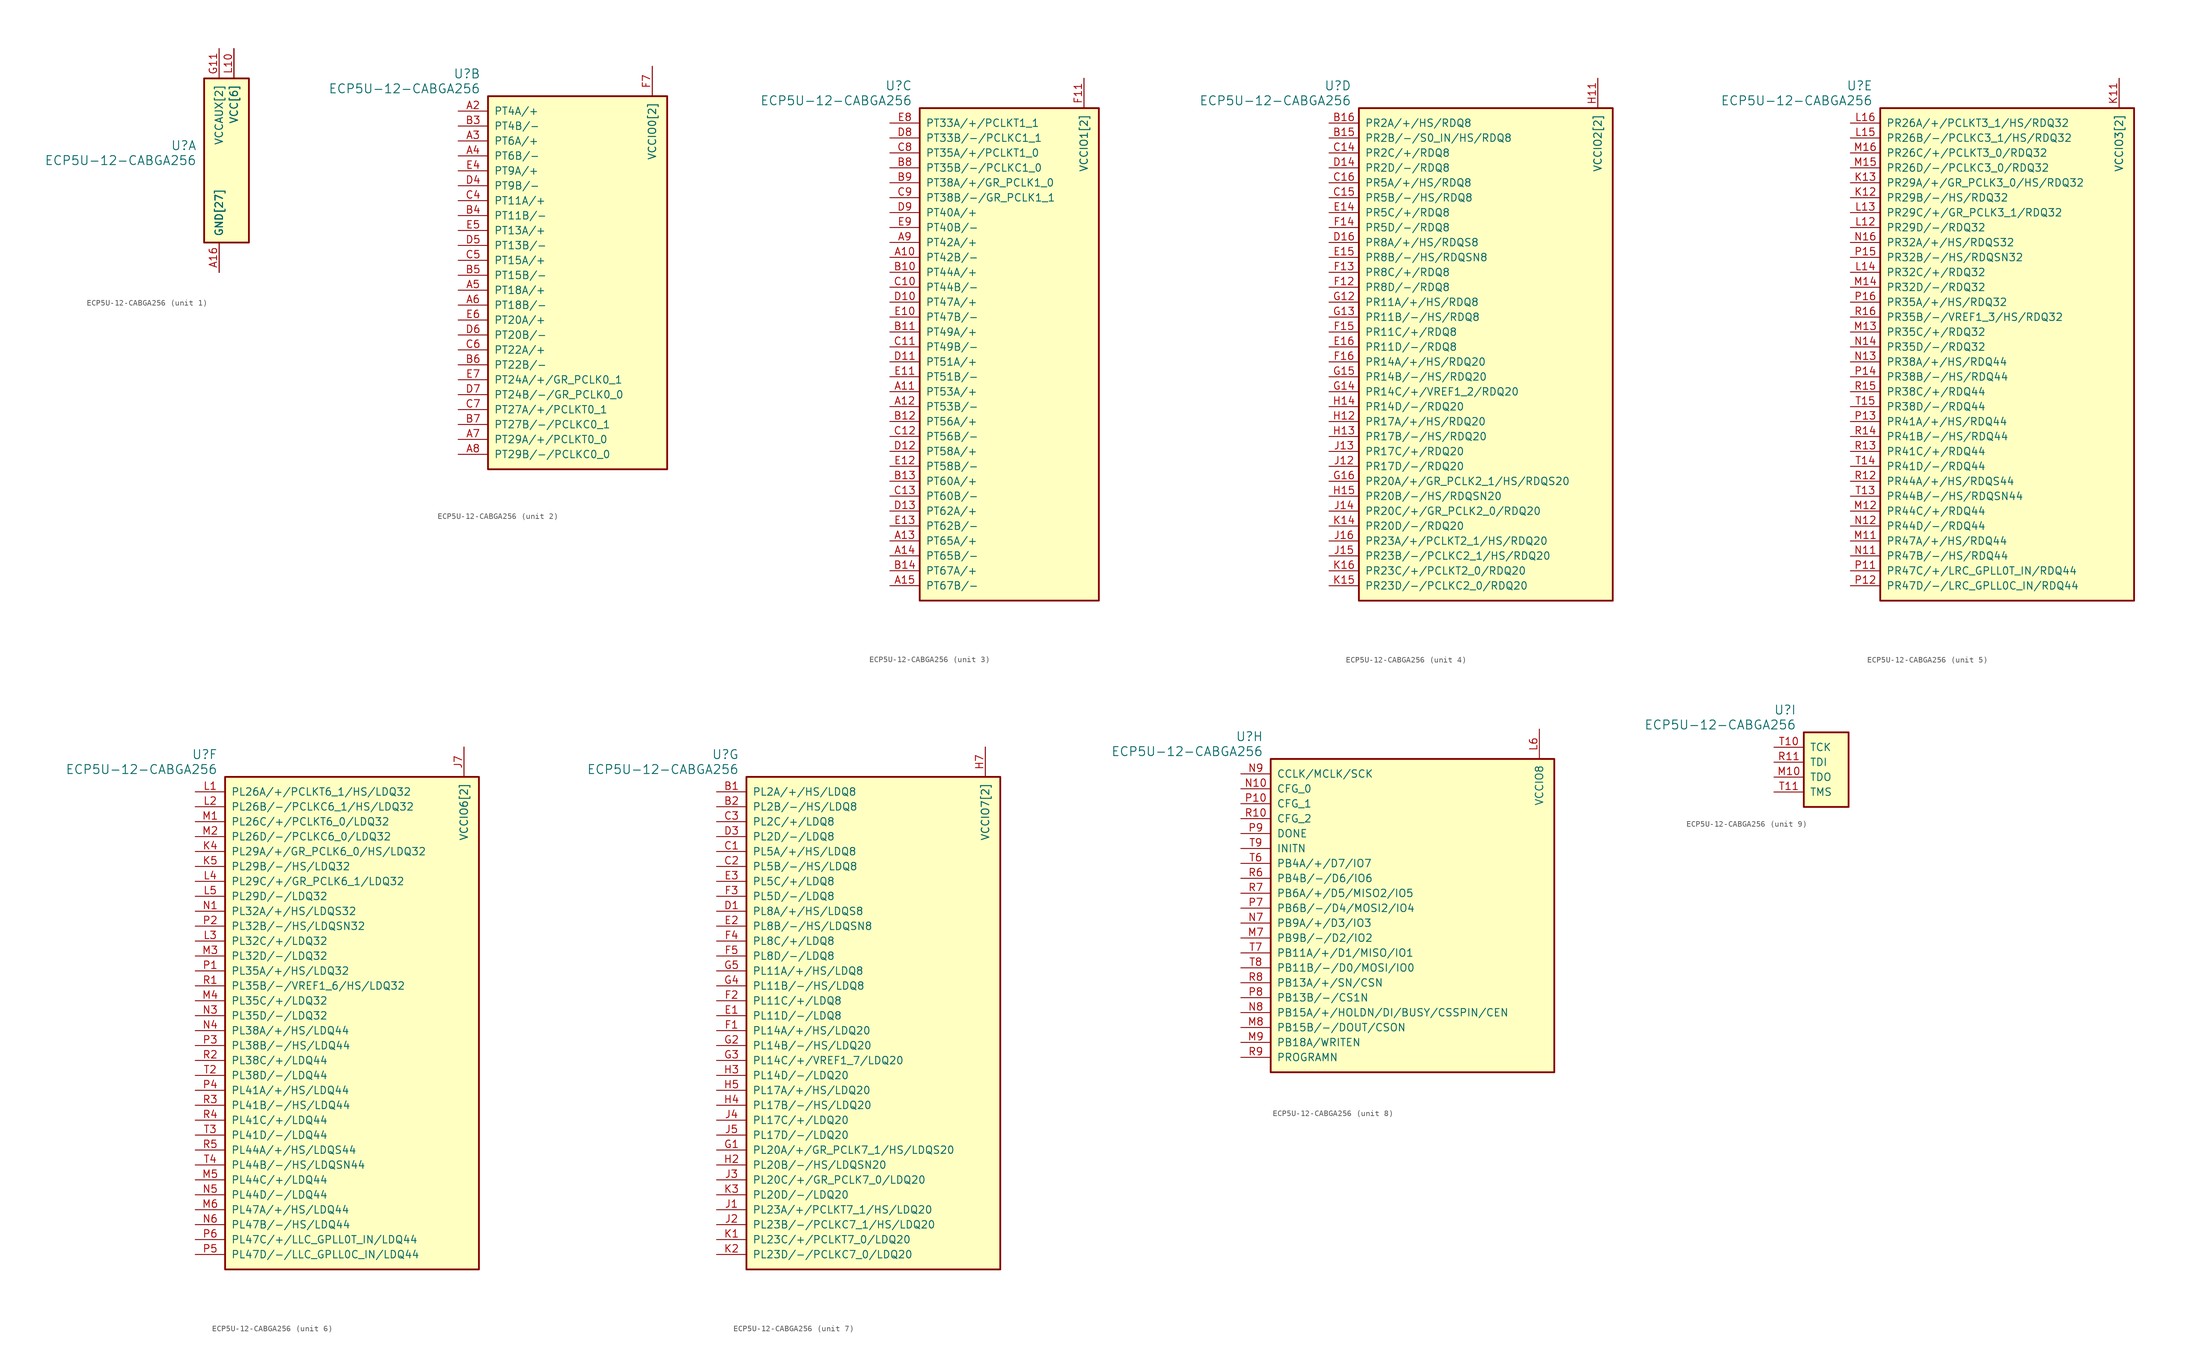
<source format=kicad_sym>
(kicad_symbol_lib
  (version 20201005)
  (generator kicad_symbol_editor)
  (symbol "gsd-kicad:ECP5U-12-CABGA256"
    (pin_names
      (offset 1.016))
    (property "Reference" "U"
      (at 3.81 6.35 0)
      (effects (font (size 1.524 1.524)) (justify right)))
    (property "Value" "ECP5U-12-CABGA256"
      (at 3.81 3.81 0)
      (effects (font (size 1.524 1.524)) (justify right)))
    (property "ki_locked" ""
      (at 0 0 0)
      (effects (font (size 1.27 1.27))))
    (symbol "ECP5U-12-CABGA256_1_1"
      (rectangle (start 5.08 17.78) (end 12.7 -10.16) (stroke (width 0.305)) (fill (type background)))
      (pin power_in line (at 7.62 -15.24 90) (length 5.08) (name "GND[27]" (effects (font (size 1.27 1.27)))) (number "A16" (effects (font (size 1.27 1.27)))))
      (pin power_in line (at 7.62 -15.24 90) (length 5.08) (name "GND[27]" (effects (font (size 1.27 1.27)))) (number "H16" (effects (font (size 0 0)))))
      (pin power_in line (at 7.62 -15.24 90) (length 5.08) (name "GND[27]" (effects (font (size 1.27 1.27)))) (number "T16" (effects (font (size 0 0)))))
      (pin power_in line (at 7.62 -15.24 90) (length 5.08) (name "GND[27]" (effects (font (size 1.27 1.27)))) (number "D15" (effects (font (size 0 0)))))
      (pin power_in line (at 7.62 -15.24 90) (length 5.08) (name "GND[27]" (effects (font (size 1.27 1.27)))) (number "N15" (effects (font (size 0 0)))))
      (pin power_in line (at 7.62 -15.24 90) (length 5.08) (name "GND[27]" (effects (font (size 1.27 1.27)))) (number "T12" (effects (font (size 0 0)))))
      (pin power_in line (at 7.62 -15.24 90) (length 5.08) (name "GND[27]" (effects (font (size 1.27 1.27)))) (number "G10" (effects (font (size 0 0)))))
      (pin power_in line (at 7.62 -15.24 90) (length 5.08) (name "GND[27]" (effects (font (size 1.27 1.27)))) (number "H10" (effects (font (size 0 0)))))
      (pin power_in line (at 7.62 -15.24 90) (length 5.08) (name "GND[27]" (effects (font (size 1.27 1.27)))) (number "J10" (effects (font (size 0 0)))))
      (pin power_in line (at 7.62 -15.24 90) (length 5.08) (name "GND[27]" (effects (font (size 1.27 1.27)))) (number "K10" (effects (font (size 0 0)))))
      (pin power_in line (at 7.62 -15.24 90) (length 5.08) (name "GND[27]" (effects (font (size 1.27 1.27)))) (number "F9" (effects (font (size 0 0)))))
      (pin power_in line (at 7.62 -15.24 90) (length 5.08) (name "GND[27]" (effects (font (size 1.27 1.27)))) (number "H9" (effects (font (size 0 0)))))
      (pin power_in line (at 7.62 -15.24 90) (length 5.08) (name "GND[27]" (effects (font (size 1.27 1.27)))) (number "J9" (effects (font (size 0 0)))))
      (pin power_in line (at 7.62 -15.24 90) (length 5.08) (name "GND[27]" (effects (font (size 1.27 1.27)))) (number "K9" (effects (font (size 0 0)))))
      (pin power_in line (at 7.62 -15.24 90) (length 5.08) (name "GND[27]" (effects (font (size 1.27 1.27)))) (number "F8" (effects (font (size 0 0)))))
      (pin power_in line (at 7.62 -15.24 90) (length 5.08) (name "GND[27]" (effects (font (size 1.27 1.27)))) (number "G8" (effects (font (size 0 0)))))
      (pin power_in line (at 7.62 -15.24 90) (length 5.08) (name "GND[27]" (effects (font (size 1.27 1.27)))) (number "H8" (effects (font (size 0 0)))))
      (pin power_in line (at 7.62 -15.24 90) (length 5.08) (name "GND[27]" (effects (font (size 1.27 1.27)))) (number "J8" (effects (font (size 0 0)))))
      (pin power_in line (at 7.62 -15.24 90) (length 5.08) (name "GND[27]" (effects (font (size 1.27 1.27)))) (number "K8" (effects (font (size 0 0)))))
      (pin power_in line (at 7.62 -15.24 90) (length 5.08) (name "GND[27]" (effects (font (size 1.27 1.27)))) (number "K7" (effects (font (size 0 0)))))
      (pin power_in line (at 7.62 -15.24 90) (length 5.08) (name "GND[27]" (effects (font (size 1.27 1.27)))) (number "K6" (effects (font (size 0 0)))))
      (pin power_in line (at 7.62 -15.24 90) (length 5.08) (name "GND[27]" (effects (font (size 1.27 1.27)))) (number "T5" (effects (font (size 0 0)))))
      (pin power_in line (at 7.62 -15.24 90) (length 5.08) (name "GND[27]" (effects (font (size 1.27 1.27)))) (number "D2" (effects (font (size 0 0)))))
      (pin power_in line (at 7.62 -15.24 90) (length 5.08) (name "GND[27]" (effects (font (size 1.27 1.27)))) (number "N2" (effects (font (size 0 0)))))
      (pin power_in line (at 7.62 -15.24 90) (length 5.08) (name "GND[27]" (effects (font (size 1.27 1.27)))) (number "A1" (effects (font (size 0 0)))))
      (pin power_in line (at 7.62 -15.24 90) (length 5.08) (name "GND[27]" (effects (font (size 1.27 1.27)))) (number "H1" (effects (font (size 0 0)))))
      (pin power_in line (at 7.62 -15.24 90) (length 5.08) (name "GND[27]" (effects (font (size 1.27 1.27)))) (number "T1" (effects (font (size 0 0)))))
      (pin power_in line (at 10.16 22.86 270) (length 5.08) (name "VCC[6]" (effects (font (size 1.27 1.27)))) (number "L10" (effects (font (size 1.27 1.27)))))
      (pin power_in line (at 10.16 22.86 270) (length 5.08) (name "VCC[6]" (effects (font (size 1.27 1.27)))) (number "G9" (effects (font (size 0 0)))))
      (pin power_in line (at 10.16 22.86 270) (length 5.08) (name "VCC[6]" (effects (font (size 1.27 1.27)))) (number "L9" (effects (font (size 0 0)))))
      (pin power_in line (at 10.16 22.86 270) (length 5.08) (name "VCC[6]" (effects (font (size 1.27 1.27)))) (number "L8" (effects (font (size 0 0)))))
      (pin power_in line (at 10.16 22.86 270) (length 5.08) (name "VCC[6]" (effects (font (size 1.27 1.27)))) (number "G7" (effects (font (size 0 0)))))
      (pin power_in line (at 10.16 22.86 270) (length 5.08) (name "VCC[6]" (effects (font (size 1.27 1.27)))) (number "G6" (effects (font (size 0 0)))))
      (pin power_in line (at 7.62 22.86 270) (length 5.08) (name "VCCAUX[2]" (effects (font (size 1.27 1.27)))) (number "G11" (effects (font (size 1.27 1.27)))))
      (pin power_in line (at 7.62 22.86 270) (length 5.08) (name "VCCAUX[2]" (effects (font (size 1.27 1.27)))) (number "L7" (effects (font (size 0 0))))))
    (symbol "ECP5U-12-CABGA256_2_1"
      (rectangle (start 5.08 2.54) (end 35.56 -60.96) (stroke (width 0.305)) (fill (type background)))
      (pin bidirectional line (at 0 0 0) (length 5.08) (name "PT4A/+" (effects (font (size 1.27 1.27)))) (number "A2" (effects (font (size 1.27 1.27)))))
      (pin bidirectional line (at 0 -2.54 0) (length 5.08) (name "PT4B/-" (effects (font (size 1.27 1.27)))) (number "B3" (effects (font (size 1.27 1.27)))))
      (pin bidirectional line (at 0 -5.08 0) (length 5.08) (name "PT6A/+" (effects (font (size 1.27 1.27)))) (number "A3" (effects (font (size 1.27 1.27)))))
      (pin bidirectional line (at 0 -7.62 0) (length 5.08) (name "PT6B/-" (effects (font (size 1.27 1.27)))) (number "A4" (effects (font (size 1.27 1.27)))))
      (pin bidirectional line (at 0 -10.16 0) (length 5.08) (name "PT9A/+" (effects (font (size 1.27 1.27)))) (number "E4" (effects (font (size 1.27 1.27)))))
      (pin bidirectional line (at 0 -12.7 0) (length 5.08) (name "PT9B/-" (effects (font (size 1.27 1.27)))) (number "D4" (effects (font (size 1.27 1.27)))))
      (pin bidirectional line (at 0 -15.24 0) (length 5.08) (name "PT11A/+" (effects (font (size 1.27 1.27)))) (number "C4" (effects (font (size 1.27 1.27)))))
      (pin bidirectional line (at 0 -17.78 0) (length 5.08) (name "PT11B/-" (effects (font (size 1.27 1.27)))) (number "B4" (effects (font (size 1.27 1.27)))))
      (pin bidirectional line (at 0 -20.32 0) (length 5.08) (name "PT13A/+" (effects (font (size 1.27 1.27)))) (number "E5" (effects (font (size 1.27 1.27)))))
      (pin bidirectional line (at 0 -22.86 0) (length 5.08) (name "PT13B/-" (effects (font (size 1.27 1.27)))) (number "D5" (effects (font (size 1.27 1.27)))))
      (pin bidirectional line (at 0 -25.4 0) (length 5.08) (name "PT15A/+" (effects (font (size 1.27 1.27)))) (number "C5" (effects (font (size 1.27 1.27)))))
      (pin bidirectional line (at 0 -27.94 0) (length 5.08) (name "PT15B/-" (effects (font (size 1.27 1.27)))) (number "B5" (effects (font (size 1.27 1.27)))))
      (pin bidirectional line (at 0 -30.48 0) (length 5.08) (name "PT18A/+" (effects (font (size 1.27 1.27)))) (number "A5" (effects (font (size 1.27 1.27)))))
      (pin bidirectional line (at 0 -33.02 0) (length 5.08) (name "PT18B/-" (effects (font (size 1.27 1.27)))) (number "A6" (effects (font (size 1.27 1.27)))))
      (pin bidirectional line (at 0 -35.56 0) (length 5.08) (name "PT20A/+" (effects (font (size 1.27 1.27)))) (number "E6" (effects (font (size 1.27 1.27)))))
      (pin bidirectional line (at 0 -38.1 0) (length 5.08) (name "PT20B/-" (effects (font (size 1.27 1.27)))) (number "D6" (effects (font (size 1.27 1.27)))))
      (pin bidirectional line (at 0 -40.64 0) (length 5.08) (name "PT22A/+" (effects (font (size 1.27 1.27)))) (number "C6" (effects (font (size 1.27 1.27)))))
      (pin bidirectional line (at 0 -43.18 0) (length 5.08) (name "PT22B/-" (effects (font (size 1.27 1.27)))) (number "B6" (effects (font (size 1.27 1.27)))))
      (pin bidirectional line (at 0 -45.72 0) (length 5.08) (name "PT24A/+/GR_PCLK0_1" (effects (font (size 1.27 1.27)))) (number "E7" (effects (font (size 1.27 1.27)))))
      (pin bidirectional line (at 0 -48.26 0) (length 5.08) (name "PT24B/-/GR_PCLK0_0" (effects (font (size 1.27 1.27)))) (number "D7" (effects (font (size 1.27 1.27)))))
      (pin bidirectional line (at 0 -50.8 0) (length 5.08) (name "PT27A/+/PCLKT0_1" (effects (font (size 1.27 1.27)))) (number "C7" (effects (font (size 1.27 1.27)))))
      (pin bidirectional line (at 0 -53.34 0) (length 5.08) (name "PT27B/-/PCLKC0_1" (effects (font (size 1.27 1.27)))) (number "B7" (effects (font (size 1.27 1.27)))))
      (pin bidirectional line (at 0 -55.88 0) (length 5.08) (name "PT29A/+/PCLKT0_0" (effects (font (size 1.27 1.27)))) (number "A7" (effects (font (size 1.27 1.27)))))
      (pin bidirectional line (at 0 -58.42 0) (length 5.08) (name "PT29B/-/PCLKC0_0" (effects (font (size 1.27 1.27)))) (number "A8" (effects (font (size 1.27 1.27)))))
      (pin power_in line (at 33.02 7.62 270) (length 5.08) (name "VCCIO0[2]" (effects (font (size 1.27 1.27)))) (number "F7" (effects (font (size 1.27 1.27)))))
      (pin power_in line (at 33.02 7.62 270) (length 5.08) (name "VCCIO0[2]" (effects (font (size 1.27 1.27)))) (number "F6" (effects (font (size 0 0))))))
    (symbol "ECP5U-12-CABGA256_3_1"
      (rectangle (start 5.08 2.54) (end 35.56 -81.28) (stroke (width 0.305)) (fill (type background)))
      (pin bidirectional line (at 0 0 0) (length 5.08) (name "PT33A/+/PCLKT1_1" (effects (font (size 1.27 1.27)))) (number "E8" (effects (font (size 1.27 1.27)))))
      (pin bidirectional line (at 0 -2.54 0) (length 5.08) (name "PT33B/-/PCLKC1_1" (effects (font (size 1.27 1.27)))) (number "D8" (effects (font (size 1.27 1.27)))))
      (pin bidirectional line (at 0 -5.08 0) (length 5.08) (name "PT35A/+/PCLKT1_0" (effects (font (size 1.27 1.27)))) (number "C8" (effects (font (size 1.27 1.27)))))
      (pin bidirectional line (at 0 -7.62 0) (length 5.08) (name "PT35B/-/PCLKC1_0" (effects (font (size 1.27 1.27)))) (number "B8" (effects (font (size 1.27 1.27)))))
      (pin bidirectional line (at 0 -10.16 0) (length 5.08) (name "PT38A/+/GR_PCLK1_0" (effects (font (size 1.27 1.27)))) (number "B9" (effects (font (size 1.27 1.27)))))
      (pin bidirectional line (at 0 -12.7 0) (length 5.08) (name "PT38B/-/GR_PCLK1_1" (effects (font (size 1.27 1.27)))) (number "C9" (effects (font (size 1.27 1.27)))))
      (pin bidirectional line (at 0 -15.24 0) (length 5.08) (name "PT40A/+" (effects (font (size 1.27 1.27)))) (number "D9" (effects (font (size 1.27 1.27)))))
      (pin bidirectional line (at 0 -17.78 0) (length 5.08) (name "PT40B/-" (effects (font (size 1.27 1.27)))) (number "E9" (effects (font (size 1.27 1.27)))))
      (pin bidirectional line (at 0 -20.32 0) (length 5.08) (name "PT42A/+" (effects (font (size 1.27 1.27)))) (number "A9" (effects (font (size 1.27 1.27)))))
      (pin bidirectional line (at 0 -22.86 0) (length 5.08) (name "PT42B/-" (effects (font (size 1.27 1.27)))) (number "A10" (effects (font (size 1.27 1.27)))))
      (pin bidirectional line (at 0 -25.4 0) (length 5.08) (name "PT44A/+" (effects (font (size 1.27 1.27)))) (number "B10" (effects (font (size 1.27 1.27)))))
      (pin bidirectional line (at 0 -27.94 0) (length 5.08) (name "PT44B/-" (effects (font (size 1.27 1.27)))) (number "C10" (effects (font (size 1.27 1.27)))))
      (pin bidirectional line (at 0 -30.48 0) (length 5.08) (name "PT47A/+" (effects (font (size 1.27 1.27)))) (number "D10" (effects (font (size 1.27 1.27)))))
      (pin bidirectional line (at 0 -33.02 0) (length 5.08) (name "PT47B/-" (effects (font (size 1.27 1.27)))) (number "E10" (effects (font (size 1.27 1.27)))))
      (pin bidirectional line (at 0 -35.56 0) (length 5.08) (name "PT49A/+" (effects (font (size 1.27 1.27)))) (number "B11" (effects (font (size 1.27 1.27)))))
      (pin bidirectional line (at 0 -38.1 0) (length 5.08) (name "PT49B/-" (effects (font (size 1.27 1.27)))) (number "C11" (effects (font (size 1.27 1.27)))))
      (pin bidirectional line (at 0 -40.64 0) (length 5.08) (name "PT51A/+" (effects (font (size 1.27 1.27)))) (number "D11" (effects (font (size 1.27 1.27)))))
      (pin bidirectional line (at 0 -43.18 0) (length 5.08) (name "PT51B/-" (effects (font (size 1.27 1.27)))) (number "E11" (effects (font (size 1.27 1.27)))))
      (pin bidirectional line (at 0 -45.72 0) (length 5.08) (name "PT53A/+" (effects (font (size 1.27 1.27)))) (number "A11" (effects (font (size 1.27 1.27)))))
      (pin bidirectional line (at 0 -48.26 0) (length 5.08) (name "PT53B/-" (effects (font (size 1.27 1.27)))) (number "A12" (effects (font (size 1.27 1.27)))))
      (pin bidirectional line (at 0 -50.8 0) (length 5.08) (name "PT56A/+" (effects (font (size 1.27 1.27)))) (number "B12" (effects (font (size 1.27 1.27)))))
      (pin bidirectional line (at 0 -53.34 0) (length 5.08) (name "PT56B/-" (effects (font (size 1.27 1.27)))) (number "C12" (effects (font (size 1.27 1.27)))))
      (pin bidirectional line (at 0 -55.88 0) (length 5.08) (name "PT58A/+" (effects (font (size 1.27 1.27)))) (number "D12" (effects (font (size 1.27 1.27)))))
      (pin bidirectional line (at 0 -58.42 0) (length 5.08) (name "PT58B/-" (effects (font (size 1.27 1.27)))) (number "E12" (effects (font (size 1.27 1.27)))))
      (pin bidirectional line (at 0 -60.96 0) (length 5.08) (name "PT60A/+" (effects (font (size 1.27 1.27)))) (number "B13" (effects (font (size 1.27 1.27)))))
      (pin bidirectional line (at 0 -63.5 0) (length 5.08) (name "PT60B/-" (effects (font (size 1.27 1.27)))) (number "C13" (effects (font (size 1.27 1.27)))))
      (pin bidirectional line (at 0 -66.04 0) (length 5.08) (name "PT62A/+" (effects (font (size 1.27 1.27)))) (number "D13" (effects (font (size 1.27 1.27)))))
      (pin bidirectional line (at 0 -68.58 0) (length 5.08) (name "PT62B/-" (effects (font (size 1.27 1.27)))) (number "E13" (effects (font (size 1.27 1.27)))))
      (pin bidirectional line (at 0 -71.12 0) (length 5.08) (name "PT65A/+" (effects (font (size 1.27 1.27)))) (number "A13" (effects (font (size 1.27 1.27)))))
      (pin bidirectional line (at 0 -73.66 0) (length 5.08) (name "PT65B/-" (effects (font (size 1.27 1.27)))) (number "A14" (effects (font (size 1.27 1.27)))))
      (pin bidirectional line (at 0 -76.2 0) (length 5.08) (name "PT67A/+" (effects (font (size 1.27 1.27)))) (number "B14" (effects (font (size 1.27 1.27)))))
      (pin bidirectional line (at 0 -78.74 0) (length 5.08) (name "PT67B/-" (effects (font (size 1.27 1.27)))) (number "A15" (effects (font (size 1.27 1.27)))))
      (pin power_in line (at 33.02 7.62 270) (length 5.08) (name "VCCIO1[2]" (effects (font (size 1.27 1.27)))) (number "F11" (effects (font (size 1.27 1.27)))))
      (pin power_in line (at 33.02 7.62 270) (length 5.08) (name "VCCIO1[2]" (effects (font (size 1.27 1.27)))) (number "F10" (effects (font (size 0 0))))))
    (symbol "ECP5U-12-CABGA256_4_1"
      (rectangle (start 5.08 2.54) (end 48.26 -81.28) (stroke (width 0.305)) (fill (type background)))
      (pin bidirectional line (at 0 0 0) (length 5.08) (name "PR2A/+/HS/RDQ8" (effects (font (size 1.27 1.27)))) (number "B16" (effects (font (size 1.27 1.27)))))
      (pin bidirectional line (at 0 -2.54 0) (length 5.08) (name "PR2B/-/S0_IN/HS/RDQ8" (effects (font (size 1.27 1.27)))) (number "B15" (effects (font (size 1.27 1.27)))))
      (pin bidirectional line (at 0 -5.08 0) (length 5.08) (name "PR2C/+/RDQ8" (effects (font (size 1.27 1.27)))) (number "C14" (effects (font (size 1.27 1.27)))))
      (pin bidirectional line (at 0 -7.62 0) (length 5.08) (name "PR2D/-/RDQ8" (effects (font (size 1.27 1.27)))) (number "D14" (effects (font (size 1.27 1.27)))))
      (pin bidirectional line (at 0 -10.16 0) (length 5.08) (name "PR5A/+/HS/RDQ8" (effects (font (size 1.27 1.27)))) (number "C16" (effects (font (size 1.27 1.27)))))
      (pin bidirectional line (at 0 -12.7 0) (length 5.08) (name "PR5B/-/HS/RDQ8" (effects (font (size 1.27 1.27)))) (number "C15" (effects (font (size 1.27 1.27)))))
      (pin bidirectional line (at 0 -15.24 0) (length 5.08) (name "PR5C/+/RDQ8" (effects (font (size 1.27 1.27)))) (number "E14" (effects (font (size 1.27 1.27)))))
      (pin bidirectional line (at 0 -17.78 0) (length 5.08) (name "PR5D/-/RDQ8" (effects (font (size 1.27 1.27)))) (number "F14" (effects (font (size 1.27 1.27)))))
      (pin bidirectional line (at 0 -20.32 0) (length 5.08) (name "PR8A/+/HS/RDQS8" (effects (font (size 1.27 1.27)))) (number "D16" (effects (font (size 1.27 1.27)))))
      (pin bidirectional line (at 0 -22.86 0) (length 5.08) (name "PR8B/-/HS/RDQSN8" (effects (font (size 1.27 1.27)))) (number "E15" (effects (font (size 1.27 1.27)))))
      (pin bidirectional line (at 0 -25.4 0) (length 5.08) (name "PR8C/+/RDQ8" (effects (font (size 1.27 1.27)))) (number "F13" (effects (font (size 1.27 1.27)))))
      (pin bidirectional line (at 0 -27.94 0) (length 5.08) (name "PR8D/-/RDQ8" (effects (font (size 1.27 1.27)))) (number "F12" (effects (font (size 1.27 1.27)))))
      (pin bidirectional line (at 0 -30.48 0) (length 5.08) (name "PR11A/+/HS/RDQ8" (effects (font (size 1.27 1.27)))) (number "G12" (effects (font (size 1.27 1.27)))))
      (pin bidirectional line (at 0 -33.02 0) (length 5.08) (name "PR11B/-/HS/RDQ8" (effects (font (size 1.27 1.27)))) (number "G13" (effects (font (size 1.27 1.27)))))
      (pin bidirectional line (at 0 -35.56 0) (length 5.08) (name "PR11C/+/RDQ8" (effects (font (size 1.27 1.27)))) (number "F15" (effects (font (size 1.27 1.27)))))
      (pin bidirectional line (at 0 -38.1 0) (length 5.08) (name "PR11D/-/RDQ8" (effects (font (size 1.27 1.27)))) (number "E16" (effects (font (size 1.27 1.27)))))
      (pin bidirectional line (at 0 -40.64 0) (length 5.08) (name "PR14A/+/HS/RDQ20" (effects (font (size 1.27 1.27)))) (number "F16" (effects (font (size 1.27 1.27)))))
      (pin bidirectional line (at 0 -43.18 0) (length 5.08) (name "PR14B/-/HS/RDQ20" (effects (font (size 1.27 1.27)))) (number "G15" (effects (font (size 1.27 1.27)))))
      (pin bidirectional line (at 0 -45.72 0) (length 5.08) (name "PR14C/+/VREF1_2/RDQ20" (effects (font (size 1.27 1.27)))) (number "G14" (effects (font (size 1.27 1.27)))))
      (pin bidirectional line (at 0 -48.26 0) (length 5.08) (name "PR14D/-/RDQ20" (effects (font (size 1.27 1.27)))) (number "H14" (effects (font (size 1.27 1.27)))))
      (pin bidirectional line (at 0 -50.8 0) (length 5.08) (name "PR17A/+/HS/RDQ20" (effects (font (size 1.27 1.27)))) (number "H12" (effects (font (size 1.27 1.27)))))
      (pin bidirectional line (at 0 -53.34 0) (length 5.08) (name "PR17B/-/HS/RDQ20" (effects (font (size 1.27 1.27)))) (number "H13" (effects (font (size 1.27 1.27)))))
      (pin bidirectional line (at 0 -55.88 0) (length 5.08) (name "PR17C/+/RDQ20" (effects (font (size 1.27 1.27)))) (number "J13" (effects (font (size 1.27 1.27)))))
      (pin bidirectional line (at 0 -58.42 0) (length 5.08) (name "PR17D/-/RDQ20" (effects (font (size 1.27 1.27)))) (number "J12" (effects (font (size 1.27 1.27)))))
      (pin bidirectional line (at 0 -60.96 0) (length 5.08) (name "PR20A/+/GR_PCLK2_1/HS/RDQS20" (effects (font (size 1.27 1.27)))) (number "G16" (effects (font (size 1.27 1.27)))))
      (pin bidirectional line (at 0 -63.5 0) (length 5.08) (name "PR20B/-/HS/RDQSN20" (effects (font (size 1.27 1.27)))) (number "H15" (effects (font (size 1.27 1.27)))))
      (pin bidirectional line (at 0 -66.04 0) (length 5.08) (name "PR20C/+/GR_PCLK2_0/RDQ20" (effects (font (size 1.27 1.27)))) (number "J14" (effects (font (size 1.27 1.27)))))
      (pin bidirectional line (at 0 -68.58 0) (length 5.08) (name "PR20D/-/RDQ20" (effects (font (size 1.27 1.27)))) (number "K14" (effects (font (size 1.27 1.27)))))
      (pin bidirectional line (at 0 -71.12 0) (length 5.08) (name "PR23A/+/PCLKT2_1/HS/RDQ20" (effects (font (size 1.27 1.27)))) (number "J16" (effects (font (size 1.27 1.27)))))
      (pin bidirectional line (at 0 -73.66 0) (length 5.08) (name "PR23B/-/PCLKC2_1/HS/RDQ20" (effects (font (size 1.27 1.27)))) (number "J15" (effects (font (size 1.27 1.27)))))
      (pin bidirectional line (at 0 -76.2 0) (length 5.08) (name "PR23C/+/PCLKT2_0/RDQ20" (effects (font (size 1.27 1.27)))) (number "K16" (effects (font (size 1.27 1.27)))))
      (pin bidirectional line (at 0 -78.74 0) (length 5.08) (name "PR23D/-/PCLKC2_0/RDQ20" (effects (font (size 1.27 1.27)))) (number "K15" (effects (font (size 1.27 1.27)))))
      (pin power_in line (at 45.72 7.62 270) (length 5.08) (name "VCCIO2[2]" (effects (font (size 1.27 1.27)))) (number "H11" (effects (font (size 1.27 1.27)))))
      (pin power_in line (at 45.72 7.62 270) (length 5.08) (name "VCCIO2[2]" (effects (font (size 1.27 1.27)))) (number "J11" (effects (font (size 0 0))))))
    (symbol "ECP5U-12-CABGA256_5_1"
      (rectangle (start 5.08 2.54) (end 48.26 -81.28) (stroke (width 0.305)) (fill (type background)))
      (pin bidirectional line (at 0 0 0) (length 5.08) (name "PR26A/+/PCLKT3_1/HS/RDQ32" (effects (font (size 1.27 1.27)))) (number "L16" (effects (font (size 1.27 1.27)))))
      (pin bidirectional line (at 0 -2.54 0) (length 5.08) (name "PR26B/-/PCLKC3_1/HS/RDQ32" (effects (font (size 1.27 1.27)))) (number "L15" (effects (font (size 1.27 1.27)))))
      (pin bidirectional line (at 0 -5.08 0) (length 5.08) (name "PR26C/+/PCLKT3_0/RDQ32" (effects (font (size 1.27 1.27)))) (number "M16" (effects (font (size 1.27 1.27)))))
      (pin bidirectional line (at 0 -7.62 0) (length 5.08) (name "PR26D/-/PCLKC3_0/RDQ32" (effects (font (size 1.27 1.27)))) (number "M15" (effects (font (size 1.27 1.27)))))
      (pin bidirectional line (at 0 -10.16 0) (length 5.08) (name "PR29A/+/GR_PCLK3_0/HS/RDQ32" (effects (font (size 1.27 1.27)))) (number "K13" (effects (font (size 1.27 1.27)))))
      (pin bidirectional line (at 0 -12.7 0) (length 5.08) (name "PR29B/-/HS/RDQ32" (effects (font (size 1.27 1.27)))) (number "K12" (effects (font (size 1.27 1.27)))))
      (pin bidirectional line (at 0 -15.24 0) (length 5.08) (name "PR29C/+/GR_PCLK3_1/RDQ32" (effects (font (size 1.27 1.27)))) (number "L13" (effects (font (size 1.27 1.27)))))
      (pin bidirectional line (at 0 -17.78 0) (length 5.08) (name "PR29D/-/RDQ32" (effects (font (size 1.27 1.27)))) (number "L12" (effects (font (size 1.27 1.27)))))
      (pin bidirectional line (at 0 -20.32 0) (length 5.08) (name "PR32A/+/HS/RDQS32" (effects (font (size 1.27 1.27)))) (number "N16" (effects (font (size 1.27 1.27)))))
      (pin bidirectional line (at 0 -22.86 0) (length 5.08) (name "PR32B/-/HS/RDQSN32" (effects (font (size 1.27 1.27)))) (number "P15" (effects (font (size 1.27 1.27)))))
      (pin bidirectional line (at 0 -25.4 0) (length 5.08) (name "PR32C/+/RDQ32" (effects (font (size 1.27 1.27)))) (number "L14" (effects (font (size 1.27 1.27)))))
      (pin bidirectional line (at 0 -27.94 0) (length 5.08) (name "PR32D/-/RDQ32" (effects (font (size 1.27 1.27)))) (number "M14" (effects (font (size 1.27 1.27)))))
      (pin bidirectional line (at 0 -30.48 0) (length 5.08) (name "PR35A/+/HS/RDQ32" (effects (font (size 1.27 1.27)))) (number "P16" (effects (font (size 1.27 1.27)))))
      (pin bidirectional line (at 0 -33.02 0) (length 5.08) (name "PR35B/-/VREF1_3/HS/RDQ32" (effects (font (size 1.27 1.27)))) (number "R16" (effects (font (size 1.27 1.27)))))
      (pin bidirectional line (at 0 -35.56 0) (length 5.08) (name "PR35C/+/RDQ32" (effects (font (size 1.27 1.27)))) (number "M13" (effects (font (size 1.27 1.27)))))
      (pin bidirectional line (at 0 -38.1 0) (length 5.08) (name "PR35D/-/RDQ32" (effects (font (size 1.27 1.27)))) (number "N14" (effects (font (size 1.27 1.27)))))
      (pin bidirectional line (at 0 -40.64 0) (length 5.08) (name "PR38A/+/HS/RDQ44" (effects (font (size 1.27 1.27)))) (number "N13" (effects (font (size 1.27 1.27)))))
      (pin bidirectional line (at 0 -43.18 0) (length 5.08) (name "PR38B/-/HS/RDQ44" (effects (font (size 1.27 1.27)))) (number "P14" (effects (font (size 1.27 1.27)))))
      (pin bidirectional line (at 0 -45.72 0) (length 5.08) (name "PR38C/+/RDQ44" (effects (font (size 1.27 1.27)))) (number "R15" (effects (font (size 1.27 1.27)))))
      (pin bidirectional line (at 0 -48.26 0) (length 5.08) (name "PR38D/-/RDQ44" (effects (font (size 1.27 1.27)))) (number "T15" (effects (font (size 1.27 1.27)))))
      (pin bidirectional line (at 0 -50.8 0) (length 5.08) (name "PR41A/+/HS/RDQ44" (effects (font (size 1.27 1.27)))) (number "P13" (effects (font (size 1.27 1.27)))))
      (pin bidirectional line (at 0 -53.34 0) (length 5.08) (name "PR41B/-/HS/RDQ44" (effects (font (size 1.27 1.27)))) (number "R14" (effects (font (size 1.27 1.27)))))
      (pin bidirectional line (at 0 -55.88 0) (length 5.08) (name "PR41C/+/RDQ44" (effects (font (size 1.27 1.27)))) (number "R13" (effects (font (size 1.27 1.27)))))
      (pin bidirectional line (at 0 -58.42 0) (length 5.08) (name "PR41D/-/RDQ44" (effects (font (size 1.27 1.27)))) (number "T14" (effects (font (size 1.27 1.27)))))
      (pin bidirectional line (at 0 -60.96 0) (length 5.08) (name "PR44A/+/HS/RDQS44" (effects (font (size 1.27 1.27)))) (number "R12" (effects (font (size 1.27 1.27)))))
      (pin bidirectional line (at 0 -63.5 0) (length 5.08) (name "PR44B/-/HS/RDQSN44" (effects (font (size 1.27 1.27)))) (number "T13" (effects (font (size 1.27 1.27)))))
      (pin bidirectional line (at 0 -66.04 0) (length 5.08) (name "PR44C/+/RDQ44" (effects (font (size 1.27 1.27)))) (number "M12" (effects (font (size 1.27 1.27)))))
      (pin bidirectional line (at 0 -68.58 0) (length 5.08) (name "PR44D/-/RDQ44" (effects (font (size 1.27 1.27)))) (number "N12" (effects (font (size 1.27 1.27)))))
      (pin bidirectional line (at 0 -71.12 0) (length 5.08) (name "PR47A/+/HS/RDQ44" (effects (font (size 1.27 1.27)))) (number "M11" (effects (font (size 1.27 1.27)))))
      (pin bidirectional line (at 0 -73.66 0) (length 5.08) (name "PR47B/-/HS/RDQ44" (effects (font (size 1.27 1.27)))) (number "N11" (effects (font (size 1.27 1.27)))))
      (pin bidirectional line (at 0 -76.2 0) (length 5.08) (name "PR47C/+/LRC_GPLL0T_IN/RDQ44" (effects (font (size 1.27 1.27)))) (number "P11" (effects (font (size 1.27 1.27)))))
      (pin bidirectional line (at 0 -78.74 0) (length 5.08) (name "PR47D/-/LRC_GPLL0C_IN/RDQ44" (effects (font (size 1.27 1.27)))) (number "P12" (effects (font (size 1.27 1.27)))))
      (pin power_in line (at 45.72 7.62 270) (length 5.08) (name "VCCIO3[2]" (effects (font (size 1.27 1.27)))) (number "K11" (effects (font (size 1.27 1.27)))))
      (pin power_in line (at 45.72 7.62 270) (length 5.08) (name "VCCIO3[2]" (effects (font (size 1.27 1.27)))) (number "L11" (effects (font (size 0 0))))))
    (symbol "ECP5U-12-CABGA256_6_1"
      (rectangle (start 5.08 2.54) (end 48.26 -81.28) (stroke (width 0.305)) (fill (type background)))
      (pin bidirectional line (at 0 0 0) (length 5.08) (name "PL26A/+/PCLKT6_1/HS/LDQ32" (effects (font (size 1.27 1.27)))) (number "L1" (effects (font (size 1.27 1.27)))))
      (pin bidirectional line (at 0 -2.54 0) (length 5.08) (name "PL26B/-/PCLKC6_1/HS/LDQ32" (effects (font (size 1.27 1.27)))) (number "L2" (effects (font (size 1.27 1.27)))))
      (pin bidirectional line (at 0 -5.08 0) (length 5.08) (name "PL26C/+/PCLKT6_0/LDQ32" (effects (font (size 1.27 1.27)))) (number "M1" (effects (font (size 1.27 1.27)))))
      (pin bidirectional line (at 0 -7.62 0) (length 5.08) (name "PL26D/-/PCLKC6_0/LDQ32" (effects (font (size 1.27 1.27)))) (number "M2" (effects (font (size 1.27 1.27)))))
      (pin bidirectional line (at 0 -10.16 0) (length 5.08) (name "PL29A/+/GR_PCLK6_0/HS/LDQ32" (effects (font (size 1.27 1.27)))) (number "K4" (effects (font (size 1.27 1.27)))))
      (pin bidirectional line (at 0 -12.7 0) (length 5.08) (name "PL29B/-/HS/LDQ32" (effects (font (size 1.27 1.27)))) (number "K5" (effects (font (size 1.27 1.27)))))
      (pin bidirectional line (at 0 -15.24 0) (length 5.08) (name "PL29C/+/GR_PCLK6_1/LDQ32" (effects (font (size 1.27 1.27)))) (number "L4" (effects (font (size 1.27 1.27)))))
      (pin bidirectional line (at 0 -17.78 0) (length 5.08) (name "PL29D/-/LDQ32" (effects (font (size 1.27 1.27)))) (number "L5" (effects (font (size 1.27 1.27)))))
      (pin bidirectional line (at 0 -20.32 0) (length 5.08) (name "PL32A/+/HS/LDQS32" (effects (font (size 1.27 1.27)))) (number "N1" (effects (font (size 1.27 1.27)))))
      (pin bidirectional line (at 0 -22.86 0) (length 5.08) (name "PL32B/-/HS/LDQSN32" (effects (font (size 1.27 1.27)))) (number "P2" (effects (font (size 1.27 1.27)))))
      (pin bidirectional line (at 0 -25.4 0) (length 5.08) (name "PL32C/+/LDQ32" (effects (font (size 1.27 1.27)))) (number "L3" (effects (font (size 1.27 1.27)))))
      (pin bidirectional line (at 0 -27.94 0) (length 5.08) (name "PL32D/-/LDQ32" (effects (font (size 1.27 1.27)))) (number "M3" (effects (font (size 1.27 1.27)))))
      (pin bidirectional line (at 0 -30.48 0) (length 5.08) (name "PL35A/+/HS/LDQ32" (effects (font (size 1.27 1.27)))) (number "P1" (effects (font (size 1.27 1.27)))))
      (pin bidirectional line (at 0 -33.02 0) (length 5.08) (name "PL35B/-/VREF1_6/HS/LDQ32" (effects (font (size 1.27 1.27)))) (number "R1" (effects (font (size 1.27 1.27)))))
      (pin bidirectional line (at 0 -35.56 0) (length 5.08) (name "PL35C/+/LDQ32" (effects (font (size 1.27 1.27)))) (number "M4" (effects (font (size 1.27 1.27)))))
      (pin bidirectional line (at 0 -38.1 0) (length 5.08) (name "PL35D/-/LDQ32" (effects (font (size 1.27 1.27)))) (number "N3" (effects (font (size 1.27 1.27)))))
      (pin bidirectional line (at 0 -40.64 0) (length 5.08) (name "PL38A/+/HS/LDQ44" (effects (font (size 1.27 1.27)))) (number "N4" (effects (font (size 1.27 1.27)))))
      (pin bidirectional line (at 0 -43.18 0) (length 5.08) (name "PL38B/-/HS/LDQ44" (effects (font (size 1.27 1.27)))) (number "P3" (effects (font (size 1.27 1.27)))))
      (pin bidirectional line (at 0 -45.72 0) (length 5.08) (name "PL38C/+/LDQ44" (effects (font (size 1.27 1.27)))) (number "R2" (effects (font (size 1.27 1.27)))))
      (pin bidirectional line (at 0 -48.26 0) (length 5.08) (name "PL38D/-/LDQ44" (effects (font (size 1.27 1.27)))) (number "T2" (effects (font (size 1.27 1.27)))))
      (pin bidirectional line (at 0 -50.8 0) (length 5.08) (name "PL41A/+/HS/LDQ44" (effects (font (size 1.27 1.27)))) (number "P4" (effects (font (size 1.27 1.27)))))
      (pin bidirectional line (at 0 -53.34 0) (length 5.08) (name "PL41B/-/HS/LDQ44" (effects (font (size 1.27 1.27)))) (number "R3" (effects (font (size 1.27 1.27)))))
      (pin bidirectional line (at 0 -55.88 0) (length 5.08) (name "PL41C/+/LDQ44" (effects (font (size 1.27 1.27)))) (number "R4" (effects (font (size 1.27 1.27)))))
      (pin bidirectional line (at 0 -58.42 0) (length 5.08) (name "PL41D/-/LDQ44" (effects (font (size 1.27 1.27)))) (number "T3" (effects (font (size 1.27 1.27)))))
      (pin bidirectional line (at 0 -60.96 0) (length 5.08) (name "PL44A/+/HS/LDQS44" (effects (font (size 1.27 1.27)))) (number "R5" (effects (font (size 1.27 1.27)))))
      (pin bidirectional line (at 0 -63.5 0) (length 5.08) (name "PL44B/-/HS/LDQSN44" (effects (font (size 1.27 1.27)))) (number "T4" (effects (font (size 1.27 1.27)))))
      (pin bidirectional line (at 0 -66.04 0) (length 5.08) (name "PL44C/+/LDQ44" (effects (font (size 1.27 1.27)))) (number "M5" (effects (font (size 1.27 1.27)))))
      (pin bidirectional line (at 0 -68.58 0) (length 5.08) (name "PL44D/-/LDQ44" (effects (font (size 1.27 1.27)))) (number "N5" (effects (font (size 1.27 1.27)))))
      (pin bidirectional line (at 0 -71.12 0) (length 5.08) (name "PL47A/+/HS/LDQ44" (effects (font (size 1.27 1.27)))) (number "M6" (effects (font (size 1.27 1.27)))))
      (pin bidirectional line (at 0 -73.66 0) (length 5.08) (name "PL47B/-/HS/LDQ44" (effects (font (size 1.27 1.27)))) (number "N6" (effects (font (size 1.27 1.27)))))
      (pin bidirectional line (at 0 -76.2 0) (length 5.08) (name "PL47C/+/LLC_GPLL0T_IN/LDQ44" (effects (font (size 1.27 1.27)))) (number "P6" (effects (font (size 1.27 1.27)))))
      (pin bidirectional line (at 0 -78.74 0) (length 5.08) (name "PL47D/-/LLC_GPLL0C_IN/LDQ44" (effects (font (size 1.27 1.27)))) (number "P5" (effects (font (size 1.27 1.27)))))
      (pin power_in line (at 45.72 7.62 270) (length 5.08) (name "VCCIO6[2]" (effects (font (size 1.27 1.27)))) (number "J7" (effects (font (size 1.27 1.27)))))
      (pin power_in line (at 45.72 7.62 270) (length 5.08) (name "VCCIO6[2]" (effects (font (size 1.27 1.27)))) (number "J6" (effects (font (size 0 0))))))
    (symbol "ECP5U-12-CABGA256_7_1"
      (rectangle (start 5.08 2.54) (end 48.26 -81.28) (stroke (width 0.305)) (fill (type background)))
      (pin bidirectional line (at 0 0 0) (length 5.08) (name "PL2A/+/HS/LDQ8" (effects (font (size 1.27 1.27)))) (number "B1" (effects (font (size 1.27 1.27)))))
      (pin bidirectional line (at 0 -2.54 0) (length 5.08) (name "PL2B/-/HS/LDQ8" (effects (font (size 1.27 1.27)))) (number "B2" (effects (font (size 1.27 1.27)))))
      (pin bidirectional line (at 0 -5.08 0) (length 5.08) (name "PL2C/+/LDQ8" (effects (font (size 1.27 1.27)))) (number "C3" (effects (font (size 1.27 1.27)))))
      (pin bidirectional line (at 0 -7.62 0) (length 5.08) (name "PL2D/-/LDQ8" (effects (font (size 1.27 1.27)))) (number "D3" (effects (font (size 1.27 1.27)))))
      (pin bidirectional line (at 0 -10.16 0) (length 5.08) (name "PL5A/+/HS/LDQ8" (effects (font (size 1.27 1.27)))) (number "C1" (effects (font (size 1.27 1.27)))))
      (pin bidirectional line (at 0 -12.7 0) (length 5.08) (name "PL5B/-/HS/LDQ8" (effects (font (size 1.27 1.27)))) (number "C2" (effects (font (size 1.27 1.27)))))
      (pin bidirectional line (at 0 -15.24 0) (length 5.08) (name "PL5C/+/LDQ8" (effects (font (size 1.27 1.27)))) (number "E3" (effects (font (size 1.27 1.27)))))
      (pin bidirectional line (at 0 -17.78 0) (length 5.08) (name "PL5D/-/LDQ8" (effects (font (size 1.27 1.27)))) (number "F3" (effects (font (size 1.27 1.27)))))
      (pin bidirectional line (at 0 -20.32 0) (length 5.08) (name "PL8A/+/HS/LDQS8" (effects (font (size 1.27 1.27)))) (number "D1" (effects (font (size 1.27 1.27)))))
      (pin bidirectional line (at 0 -22.86 0) (length 5.08) (name "PL8B/-/HS/LDQSN8" (effects (font (size 1.27 1.27)))) (number "E2" (effects (font (size 1.27 1.27)))))
      (pin bidirectional line (at 0 -25.4 0) (length 5.08) (name "PL8C/+/LDQ8" (effects (font (size 1.27 1.27)))) (number "F4" (effects (font (size 1.27 1.27)))))
      (pin bidirectional line (at 0 -27.94 0) (length 5.08) (name "PL8D/-/LDQ8" (effects (font (size 1.27 1.27)))) (number "F5" (effects (font (size 1.27 1.27)))))
      (pin bidirectional line (at 0 -30.48 0) (length 5.08) (name "PL11A/+/HS/LDQ8" (effects (font (size 1.27 1.27)))) (number "G5" (effects (font (size 1.27 1.27)))))
      (pin bidirectional line (at 0 -33.02 0) (length 5.08) (name "PL11B/-/HS/LDQ8" (effects (font (size 1.27 1.27)))) (number "G4" (effects (font (size 1.27 1.27)))))
      (pin bidirectional line (at 0 -35.56 0) (length 5.08) (name "PL11C/+/LDQ8" (effects (font (size 1.27 1.27)))) (number "F2" (effects (font (size 1.27 1.27)))))
      (pin bidirectional line (at 0 -38.1 0) (length 5.08) (name "PL11D/-/LDQ8" (effects (font (size 1.27 1.27)))) (number "E1" (effects (font (size 1.27 1.27)))))
      (pin bidirectional line (at 0 -40.64 0) (length 5.08) (name "PL14A/+/HS/LDQ20" (effects (font (size 1.27 1.27)))) (number "F1" (effects (font (size 1.27 1.27)))))
      (pin bidirectional line (at 0 -43.18 0) (length 5.08) (name "PL14B/-/HS/LDQ20" (effects (font (size 1.27 1.27)))) (number "G2" (effects (font (size 1.27 1.27)))))
      (pin bidirectional line (at 0 -45.72 0) (length 5.08) (name "PL14C/+/VREF1_7/LDQ20" (effects (font (size 1.27 1.27)))) (number "G3" (effects (font (size 1.27 1.27)))))
      (pin bidirectional line (at 0 -48.26 0) (length 5.08) (name "PL14D/-/LDQ20" (effects (font (size 1.27 1.27)))) (number "H3" (effects (font (size 1.27 1.27)))))
      (pin bidirectional line (at 0 -50.8 0) (length 5.08) (name "PL17A/+/HS/LDQ20" (effects (font (size 1.27 1.27)))) (number "H5" (effects (font (size 1.27 1.27)))))
      (pin bidirectional line (at 0 -53.34 0) (length 5.08) (name "PL17B/-/HS/LDQ20" (effects (font (size 1.27 1.27)))) (number "H4" (effects (font (size 1.27 1.27)))))
      (pin bidirectional line (at 0 -55.88 0) (length 5.08) (name "PL17C/+/LDQ20" (effects (font (size 1.27 1.27)))) (number "J4" (effects (font (size 1.27 1.27)))))
      (pin bidirectional line (at 0 -58.42 0) (length 5.08) (name "PL17D/-/LDQ20" (effects (font (size 1.27 1.27)))) (number "J5" (effects (font (size 1.27 1.27)))))
      (pin bidirectional line (at 0 -60.96 0) (length 5.08) (name "PL20A/+/GR_PCLK7_1/HS/LDQS20" (effects (font (size 1.27 1.27)))) (number "G1" (effects (font (size 1.27 1.27)))))
      (pin bidirectional line (at 0 -63.5 0) (length 5.08) (name "PL20B/-/HS/LDQSN20" (effects (font (size 1.27 1.27)))) (number "H2" (effects (font (size 1.27 1.27)))))
      (pin bidirectional line (at 0 -66.04 0) (length 5.08) (name "PL20C/+/GR_PCLK7_0/LDQ20" (effects (font (size 1.27 1.27)))) (number "J3" (effects (font (size 1.27 1.27)))))
      (pin bidirectional line (at 0 -68.58 0) (length 5.08) (name "PL20D/-/LDQ20" (effects (font (size 1.27 1.27)))) (number "K3" (effects (font (size 1.27 1.27)))))
      (pin bidirectional line (at 0 -71.12 0) (length 5.08) (name "PL23A/+/PCLKT7_1/HS/LDQ20" (effects (font (size 1.27 1.27)))) (number "J1" (effects (font (size 1.27 1.27)))))
      (pin bidirectional line (at 0 -73.66 0) (length 5.08) (name "PL23B/-/PCLKC7_1/HS/LDQ20" (effects (font (size 1.27 1.27)))) (number "J2" (effects (font (size 1.27 1.27)))))
      (pin bidirectional line (at 0 -76.2 0) (length 5.08) (name "PL23C/+/PCLKT7_0/LDQ20" (effects (font (size 1.27 1.27)))) (number "K1" (effects (font (size 1.27 1.27)))))
      (pin bidirectional line (at 0 -78.74 0) (length 5.08) (name "PL23D/-/PCLKC7_0/LDQ20" (effects (font (size 1.27 1.27)))) (number "K2" (effects (font (size 1.27 1.27)))))
      (pin power_in line (at 45.72 7.62 270) (length 5.08) (name "VCCIO7[2]" (effects (font (size 1.27 1.27)))) (number "H7" (effects (font (size 1.27 1.27)))))
      (pin power_in line (at 45.72 7.62 270) (length 5.08) (name "VCCIO7[2]" (effects (font (size 1.27 1.27)))) (number "H6" (effects (font (size 0 0))))))
    (symbol "ECP5U-12-CABGA256_8_1"
      (rectangle (start 5.08 2.54) (end 53.34 -50.8) (stroke (width 0.305)) (fill (type background)))
      (pin bidirectional line (at 0 0 0) (length 5.08) (name "CCLK/MCLK/SCK" (effects (font (size 1.27 1.27)))) (number "N9" (effects (font (size 1.27 1.27)))))
      (pin bidirectional line (at 0 -2.54 0) (length 5.08) (name "CFG_0" (effects (font (size 1.27 1.27)))) (number "N10" (effects (font (size 1.27 1.27)))))
      (pin bidirectional line (at 0 -5.08 0) (length 5.08) (name "CFG_1" (effects (font (size 1.27 1.27)))) (number "P10" (effects (font (size 1.27 1.27)))))
      (pin bidirectional line (at 0 -7.62 0) (length 5.08) (name "CFG_2" (effects (font (size 1.27 1.27)))) (number "R10" (effects (font (size 1.27 1.27)))))
      (pin bidirectional line (at 0 -10.16 0) (length 5.08) (name "DONE" (effects (font (size 1.27 1.27)))) (number "P9" (effects (font (size 1.27 1.27)))))
      (pin bidirectional line (at 0 -12.7 0) (length 5.08) (name "INITN" (effects (font (size 1.27 1.27)))) (number "T9" (effects (font (size 1.27 1.27)))))
      (pin bidirectional line (at 0 -15.24 0) (length 5.08) (name "PB4A/+/D7/IO7" (effects (font (size 1.27 1.27)))) (number "T6" (effects (font (size 1.27 1.27)))))
      (pin bidirectional line (at 0 -17.78 0) (length 5.08) (name "PB4B/-/D6/IO6" (effects (font (size 1.27 1.27)))) (number "R6" (effects (font (size 1.27 1.27)))))
      (pin bidirectional line (at 0 -20.32 0) (length 5.08) (name "PB6A/+/D5/MISO2/IO5" (effects (font (size 1.27 1.27)))) (number "R7" (effects (font (size 1.27 1.27)))))
      (pin bidirectional line (at 0 -22.86 0) (length 5.08) (name "PB6B/-/D4/MOSI2/IO4" (effects (font (size 1.27 1.27)))) (number "P7" (effects (font (size 1.27 1.27)))))
      (pin bidirectional line (at 0 -25.4 0) (length 5.08) (name "PB9A/+/D3/IO3" (effects (font (size 1.27 1.27)))) (number "N7" (effects (font (size 1.27 1.27)))))
      (pin bidirectional line (at 0 -27.94 0) (length 5.08) (name "PB9B/-/D2/IO2" (effects (font (size 1.27 1.27)))) (number "M7" (effects (font (size 1.27 1.27)))))
      (pin bidirectional line (at 0 -30.48 0) (length 5.08) (name "PB11A/+/D1/MISO/IO1" (effects (font (size 1.27 1.27)))) (number "T7" (effects (font (size 1.27 1.27)))))
      (pin bidirectional line (at 0 -33.02 0) (length 5.08) (name "PB11B/-/D0/MOSI/IO0" (effects (font (size 1.27 1.27)))) (number "T8" (effects (font (size 1.27 1.27)))))
      (pin bidirectional line (at 0 -35.56 0) (length 5.08) (name "PB13A/+/SN/CSN" (effects (font (size 1.27 1.27)))) (number "R8" (effects (font (size 1.27 1.27)))))
      (pin bidirectional line (at 0 -38.1 0) (length 5.08) (name "PB13B/-/CS1N" (effects (font (size 1.27 1.27)))) (number "P8" (effects (font (size 1.27 1.27)))))
      (pin bidirectional line (at 0 -40.64 0) (length 5.08) (name "PB15A/+/HOLDN/DI/BUSY/CSSPIN/CEN" (effects (font (size 1.27 1.27)))) (number "N8" (effects (font (size 1.27 1.27)))))
      (pin bidirectional line (at 0 -43.18 0) (length 5.08) (name "PB15B/-/DOUT/CSON" (effects (font (size 1.27 1.27)))) (number "M8" (effects (font (size 1.27 1.27)))))
      (pin bidirectional line (at 0 -45.72 0) (length 5.08) (name "PB18A/WRITEN" (effects (font (size 1.27 1.27)))) (number "M9" (effects (font (size 1.27 1.27)))))
      (pin bidirectional line (at 0 -48.26 0) (length 5.08) (name "PROGRAMN" (effects (font (size 1.27 1.27)))) (number "R9" (effects (font (size 1.27 1.27)))))
      (pin power_in line (at 50.8 7.62 270) (length 5.08) (name "VCCIO8" (effects (font (size 1.27 1.27)))) (number "L6" (effects (font (size 1.27 1.27))))))
    (symbol "ECP5U-12-CABGA256_9_1"
      (rectangle (start 5.08 2.54) (end 12.7 -10.16) (stroke (width 0.305)) (fill (type background)))
      (pin bidirectional line (at 0 0 0) (length 5.08) (name "TCK" (effects (font (size 1.27 1.27)))) (number "T10" (effects (font (size 1.27 1.27)))))
      (pin bidirectional line (at 0 -2.54 0) (length 5.08) (name "TDI" (effects (font (size 1.27 1.27)))) (number "R11" (effects (font (size 1.27 1.27)))))
      (pin bidirectional line (at 0 -5.08 0) (length 5.08) (name "TDO" (effects (font (size 1.27 1.27)))) (number "M10" (effects (font (size 1.27 1.27)))))
      (pin bidirectional line (at 0 -7.62 0) (length 5.08) (name "TMS" (effects (font (size 1.27 1.27)))) (number "T11" (effects (font (size 1.27 1.27))))))))
</source>
